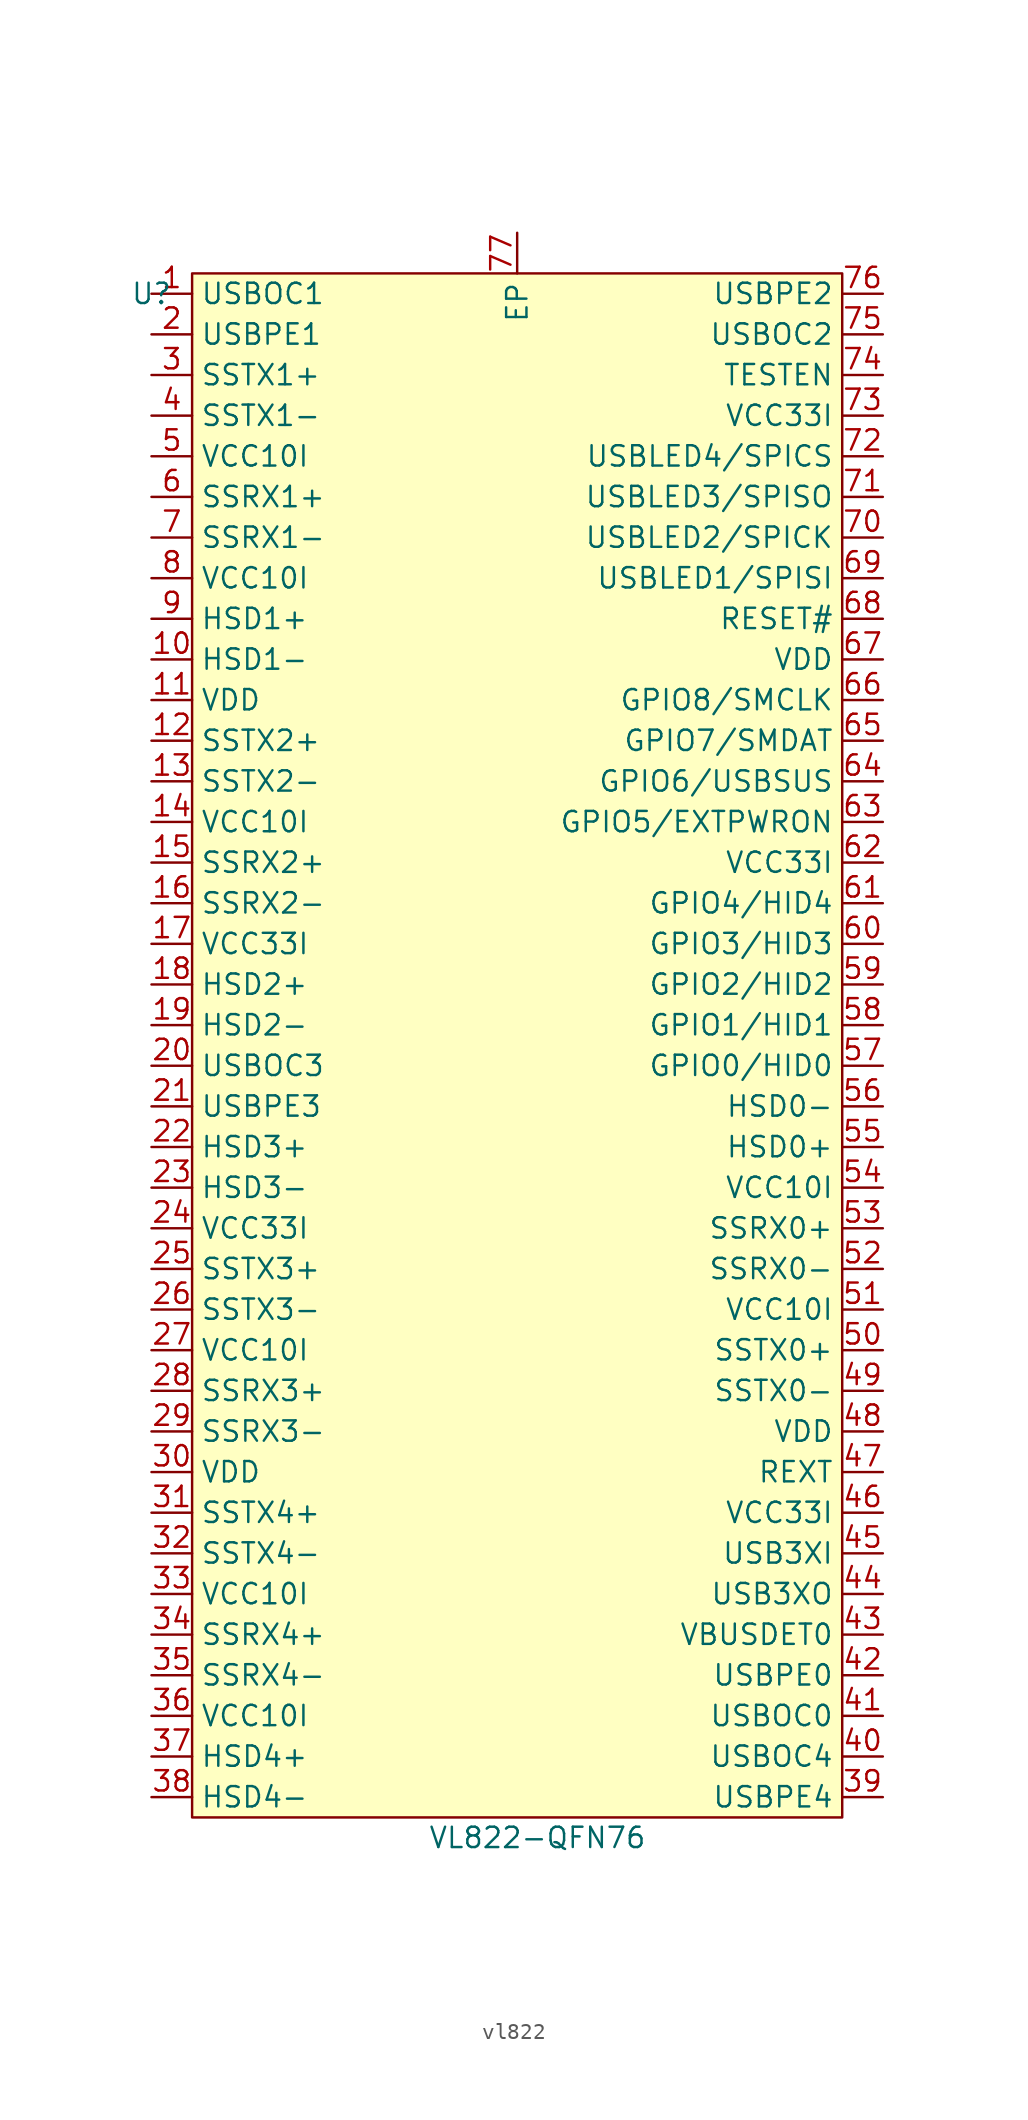
<source format=kicad_sym>
(kicad_symbol_lib
  (version 20220914)
  (generator kicad_symbol_editor)
  (symbol "vl822"
    (property "Reference" "U"
      (at 0 0 0)
      (effects (font (size 1.27 1.27))))
    (property "Value" "VL822-QFN76"
      (at 24.13 -96.52 0)
      (effects (font (size 1.27 1.27))))
    (symbol "vl822_0_0"
      (pin unspecified line (at 0 0 0) (length 2.54) (name "USBOC1" (effects (font (size 1.27 1.27)))) (number "1" (effects (font (size 1.27 1.27)))))
      (pin unspecified line (at 0 -22.86 0) (length 2.54) (name "HSD1-" (effects (font (size 1.27 1.27)))) (number "10" (effects (font (size 1.27 1.27)))))
      (pin unspecified line (at 0 -25.4 0) (length 2.54) (name "VDD" (effects (font (size 1.27 1.27)))) (number "11" (effects (font (size 1.27 1.27)))))
      (pin unspecified line (at 0 -27.94 0) (length 2.54) (name "SSTX2+" (effects (font (size 1.27 1.27)))) (number "12" (effects (font (size 1.27 1.27)))))
      (pin unspecified line (at 0 -30.48 0) (length 2.54) (name "SSTX2-" (effects (font (size 1.27 1.27)))) (number "13" (effects (font (size 1.27 1.27)))))
      (pin unspecified line (at 0 -33.02 0) (length 2.54) (name "VCC10I" (effects (font (size 1.27 1.27)))) (number "14" (effects (font (size 1.27 1.27)))))
      (pin unspecified line (at 0 -35.56 0) (length 2.54) (name "SSRX2+" (effects (font (size 1.27 1.27)))) (number "15" (effects (font (size 1.27 1.27)))))
      (pin unspecified line (at 0 -38.1 0) (length 2.54) (name "SSRX2-" (effects (font (size 1.27 1.27)))) (number "16" (effects (font (size 1.27 1.27)))))
      (pin unspecified line (at 0 -40.64 0) (length 2.54) (name "VCC33I" (effects (font (size 1.27 1.27)))) (number "17" (effects (font (size 1.27 1.27)))))
      (pin unspecified line (at 0 -43.18 0) (length 2.54) (name "HSD2+" (effects (font (size 1.27 1.27)))) (number "18" (effects (font (size 1.27 1.27)))))
      (pin unspecified line (at 0 -45.72 0) (length 2.54) (name "HSD2-" (effects (font (size 1.27 1.27)))) (number "19" (effects (font (size 1.27 1.27)))))
      (pin unspecified line (at 0 -2.54 0) (length 2.54) (name "USBPE1" (effects (font (size 1.27 1.27)))) (number "2" (effects (font (size 1.27 1.27)))))
      (pin unspecified line (at 0 -48.26 0) (length 2.54) (name "USBOC3" (effects (font (size 1.27 1.27)))) (number "20" (effects (font (size 1.27 1.27)))))
      (pin unspecified line (at 0 -50.8 0) (length 2.54) (name "USBPE3" (effects (font (size 1.27 1.27)))) (number "21" (effects (font (size 1.27 1.27)))))
      (pin unspecified line (at 0 -53.34 0) (length 2.54) (name "HSD3+" (effects (font (size 1.27 1.27)))) (number "22" (effects (font (size 1.27 1.27)))))
      (pin unspecified line (at 0 -55.88 0) (length 2.54) (name "HSD3-" (effects (font (size 1.27 1.27)))) (number "23" (effects (font (size 1.27 1.27)))))
      (pin unspecified line (at 0 -58.42 0) (length 2.54) (name "VCC33I" (effects (font (size 1.27 1.27)))) (number "24" (effects (font (size 1.27 1.27)))))
      (pin unspecified line (at 0 -60.96 0) (length 2.54) (name "SSTX3+" (effects (font (size 1.27 1.27)))) (number "25" (effects (font (size 1.27 1.27)))))
      (pin unspecified line (at 0 -63.5 0) (length 2.54) (name "SSTX3-" (effects (font (size 1.27 1.27)))) (number "26" (effects (font (size 1.27 1.27)))))
      (pin unspecified line (at 0 -66.04 0) (length 2.54) (name "VCC10I" (effects (font (size 1.27 1.27)))) (number "27" (effects (font (size 1.27 1.27)))))
      (pin unspecified line (at 0 -68.58 0) (length 2.54) (name "SSRX3+" (effects (font (size 1.27 1.27)))) (number "28" (effects (font (size 1.27 1.27)))))
      (pin unspecified line (at 0 -71.12 0) (length 2.54) (name "SSRX3-" (effects (font (size 1.27 1.27)))) (number "29" (effects (font (size 1.27 1.27)))))
      (pin unspecified line (at 0 -5.08 0) (length 2.54) (name "SSTX1+" (effects (font (size 1.27 1.27)))) (number "3" (effects (font (size 1.27 1.27)))))
      (pin unspecified line (at 0 -73.66 0) (length 2.54) (name "VDD" (effects (font (size 1.27 1.27)))) (number "30" (effects (font (size 1.27 1.27)))))
      (pin unspecified line (at 0 -76.2 0) (length 2.54) (name "SSTX4+" (effects (font (size 1.27 1.27)))) (number "31" (effects (font (size 1.27 1.27)))))
      (pin unspecified line (at 0 -78.74 0) (length 2.54) (name "SSTX4-" (effects (font (size 1.27 1.27)))) (number "32" (effects (font (size 1.27 1.27)))))
      (pin unspecified line (at 0 -81.28 0) (length 2.54) (name "VCC10I" (effects (font (size 1.27 1.27)))) (number "33" (effects (font (size 1.27 1.27)))))
      (pin unspecified line (at 0 -83.82 0) (length 2.54) (name "SSRX4+" (effects (font (size 1.27 1.27)))) (number "34" (effects (font (size 1.27 1.27)))))
      (pin unspecified line (at 0 -86.36 0) (length 2.54) (name "SSRX4-" (effects (font (size 1.27 1.27)))) (number "35" (effects (font (size 1.27 1.27)))))
      (pin unspecified line (at 0 -88.9 0) (length 2.54) (name "VCC10I" (effects (font (size 1.27 1.27)))) (number "36" (effects (font (size 1.27 1.27)))))
      (pin unspecified line (at 0 -91.44 0) (length 2.54) (name "HSD4+" (effects (font (size 1.27 1.27)))) (number "37" (effects (font (size 1.27 1.27)))))
      (pin unspecified line (at 0 -93.98 0) (length 2.54) (name "HSD4-" (effects (font (size 1.27 1.27)))) (number "38" (effects (font (size 1.27 1.27)))))
      (pin unspecified line (at 45.72 -93.98 180) (length 2.54) (name "USBPE4" (effects (font (size 1.27 1.27)))) (number "39" (effects (font (size 1.27 1.27)))))
      (pin unspecified line (at 0 -7.62 0) (length 2.54) (name "SSTX1-" (effects (font (size 1.27 1.27)))) (number "4" (effects (font (size 1.27 1.27)))))
      (pin unspecified line (at 45.72 -91.44 180) (length 2.54) (name "USBOC4" (effects (font (size 1.27 1.27)))) (number "40" (effects (font (size 1.27 1.27)))))
      (pin unspecified line (at 45.72 -88.9 180) (length 2.54) (name "USBOC0" (effects (font (size 1.27 1.27)))) (number "41" (effects (font (size 1.27 1.27)))))
      (pin unspecified line (at 45.72 -86.36 180) (length 2.54) (name "USBPE0" (effects (font (size 1.27 1.27)))) (number "42" (effects (font (size 1.27 1.27)))))
      (pin unspecified line (at 45.72 -83.82 180) (length 2.54) (name "VBUSDET0" (effects (font (size 1.27 1.27)))) (number "43" (effects (font (size 1.27 1.27)))))
      (pin unspecified line (at 45.72 -81.28 180) (length 2.54) (name "USB3XO" (effects (font (size 1.27 1.27)))) (number "44" (effects (font (size 1.27 1.27)))))
      (pin unspecified line (at 45.72 -78.74 180) (length 2.54) (name "USB3XI" (effects (font (size 1.27 1.27)))) (number "45" (effects (font (size 1.27 1.27)))))
      (pin unspecified line (at 45.72 -76.2 180) (length 2.54) (name "VCC33I" (effects (font (size 1.27 1.27)))) (number "46" (effects (font (size 1.27 1.27)))))
      (pin unspecified line (at 45.72 -73.66 180) (length 2.54) (name "REXT" (effects (font (size 1.27 1.27)))) (number "47" (effects (font (size 1.27 1.27)))))
      (pin unspecified line (at 45.72 -71.12 180) (length 2.54) (name "VDD" (effects (font (size 1.27 1.27)))) (number "48" (effects (font (size 1.27 1.27)))))
      (pin unspecified line (at 45.72 -68.58 180) (length 2.54) (name "SSTX0-" (effects (font (size 1.27 1.27)))) (number "49" (effects (font (size 1.27 1.27)))))
      (pin unspecified line (at 0 -10.16 0) (length 2.54) (name "VCC10I" (effects (font (size 1.27 1.27)))) (number "5" (effects (font (size 1.27 1.27)))))
      (pin unspecified line (at 45.72 -66.04 180) (length 2.54) (name "SSTX0+" (effects (font (size 1.27 1.27)))) (number "50" (effects (font (size 1.27 1.27)))))
      (pin unspecified line (at 45.72 -63.5 180) (length 2.54) (name "VCC10I" (effects (font (size 1.27 1.27)))) (number "51" (effects (font (size 1.27 1.27)))))
      (pin unspecified line (at 45.72 -60.96 180) (length 2.54) (name "SSRX0-" (effects (font (size 1.27 1.27)))) (number "52" (effects (font (size 1.27 1.27)))))
      (pin unspecified line (at 45.72 -58.42 180) (length 2.54) (name "SSRX0+" (effects (font (size 1.27 1.27)))) (number "53" (effects (font (size 1.27 1.27)))))
      (pin unspecified line (at 45.72 -55.88 180) (length 2.54) (name "VCC10I" (effects (font (size 1.27 1.27)))) (number "54" (effects (font (size 1.27 1.27)))))
      (pin unspecified line (at 45.72 -53.34 180) (length 2.54) (name "HSD0+" (effects (font (size 1.27 1.27)))) (number "55" (effects (font (size 1.27 1.27)))))
      (pin unspecified line (at 45.72 -50.8 180) (length 2.54) (name "HSD0-" (effects (font (size 1.27 1.27)))) (number "56" (effects (font (size 1.27 1.27)))))
      (pin unspecified line (at 45.72 -48.26 180) (length 2.54) (name "GPIO0/HID0" (effects (font (size 1.27 1.27)))) (number "57" (effects (font (size 1.27 1.27)))))
      (pin unspecified line (at 45.72 -45.72 180) (length 2.54) (name "GPIO1/HID1" (effects (font (size 1.27 1.27)))) (number "58" (effects (font (size 1.27 1.27)))))
      (pin unspecified line (at 45.72 -43.18 180) (length 2.54) (name "GPIO2/HID2" (effects (font (size 1.27 1.27)))) (number "59" (effects (font (size 1.27 1.27)))))
      (pin unspecified line (at 0 -12.7 0) (length 2.54) (name "SSRX1+" (effects (font (size 1.27 1.27)))) (number "6" (effects (font (size 1.27 1.27)))))
      (pin unspecified line (at 45.72 -40.64 180) (length 2.54) (name "GPIO3/HID3" (effects (font (size 1.27 1.27)))) (number "60" (effects (font (size 1.27 1.27)))))
      (pin unspecified line (at 45.72 -38.1 180) (length 2.54) (name "GPIO4/HID4" (effects (font (size 1.27 1.27)))) (number "61" (effects (font (size 1.27 1.27)))))
      (pin unspecified line (at 45.72 -35.56 180) (length 2.54) (name "VCC33I" (effects (font (size 1.27 1.27)))) (number "62" (effects (font (size 1.27 1.27)))))
      (pin unspecified line (at 45.72 -33.02 180) (length 2.54) (name "GPIO5/EXTPWRON" (effects (font (size 1.27 1.27)))) (number "63" (effects (font (size 1.27 1.27)))))
      (pin unspecified line (at 45.72 -30.48 180) (length 2.54) (name "GPIO6/USBSUS" (effects (font (size 1.27 1.27)))) (number "64" (effects (font (size 1.27 1.27)))))
      (pin unspecified line (at 45.72 -27.94 180) (length 2.54) (name "GPIO7/SMDAT" (effects (font (size 1.27 1.27)))) (number "65" (effects (font (size 1.27 1.27)))))
      (pin unspecified line (at 45.72 -25.4 180) (length 2.54) (name "GPIO8/SMCLK" (effects (font (size 1.27 1.27)))) (number "66" (effects (font (size 1.27 1.27)))))
      (pin unspecified line (at 45.72 -22.86 180) (length 2.54) (name "VDD" (effects (font (size 1.27 1.27)))) (number "67" (effects (font (size 1.27 1.27)))))
      (pin unspecified line (at 45.72 -20.32 180) (length 2.54) (name "RESET#" (effects (font (size 1.27 1.27)))) (number "68" (effects (font (size 1.27 1.27)))))
      (pin unspecified line (at 45.72 -17.78 180) (length 2.54) (name "USBLED1/SPISI" (effects (font (size 1.27 1.27)))) (number "69" (effects (font (size 1.27 1.27)))))
      (pin unspecified line (at 0 -15.24 0) (length 2.54) (name "SSRX1-" (effects (font (size 1.27 1.27)))) (number "7" (effects (font (size 1.27 1.27)))))
      (pin unspecified line (at 45.72 -15.24 180) (length 2.54) (name "USBLED2/SPICK" (effects (font (size 1.27 1.27)))) (number "70" (effects (font (size 1.27 1.27)))))
      (pin unspecified line (at 45.72 -12.7 180) (length 2.54) (name "USBLED3/SPISO" (effects (font (size 1.27 1.27)))) (number "71" (effects (font (size 1.27 1.27)))))
      (pin unspecified line (at 45.72 -10.16 180) (length 2.54) (name "USBLED4/SPICS" (effects (font (size 1.27 1.27)))) (number "72" (effects (font (size 1.27 1.27)))))
      (pin unspecified line (at 45.72 -7.62 180) (length 2.54) (name "VCC33I" (effects (font (size 1.27 1.27)))) (number "73" (effects (font (size 1.27 1.27)))))
      (pin unspecified line (at 45.72 -5.08 180) (length 2.54) (name "TESTEN" (effects (font (size 1.27 1.27)))) (number "74" (effects (font (size 1.27 1.27)))))
      (pin unspecified line (at 45.72 -2.54 180) (length 2.54) (name "USBOC2" (effects (font (size 1.27 1.27)))) (number "75" (effects (font (size 1.27 1.27)))))
      (pin unspecified line (at 45.72 0 180) (length 2.54) (name "USBPE2" (effects (font (size 1.27 1.27)))) (number "76" (effects (font (size 1.27 1.27)))))
      (pin unspecified line (at 22.86 3.81 270) (length 2.54) (name "EP" (effects (font (size 1.27 1.27)))) (number "77" (effects (font (size 1.27 1.27)))))
      (pin unspecified line (at 0 -17.78 0) (length 2.54) (name "VCC10I" (effects (font (size 1.27 1.27)))) (number "8" (effects (font (size 1.27 1.27)))))
      (pin unspecified line (at 0 -20.32 0) (length 2.54) (name "HSD1+" (effects (font (size 1.27 1.27)))) (number "9" (effects (font (size 1.27 1.27))))))
    (symbol "vl822_1_1"
      (rectangle (start 2.54 1.27) (end 43.18 -95.25) (stroke (width 0) (type default)) (fill (type background))))))
</source>
